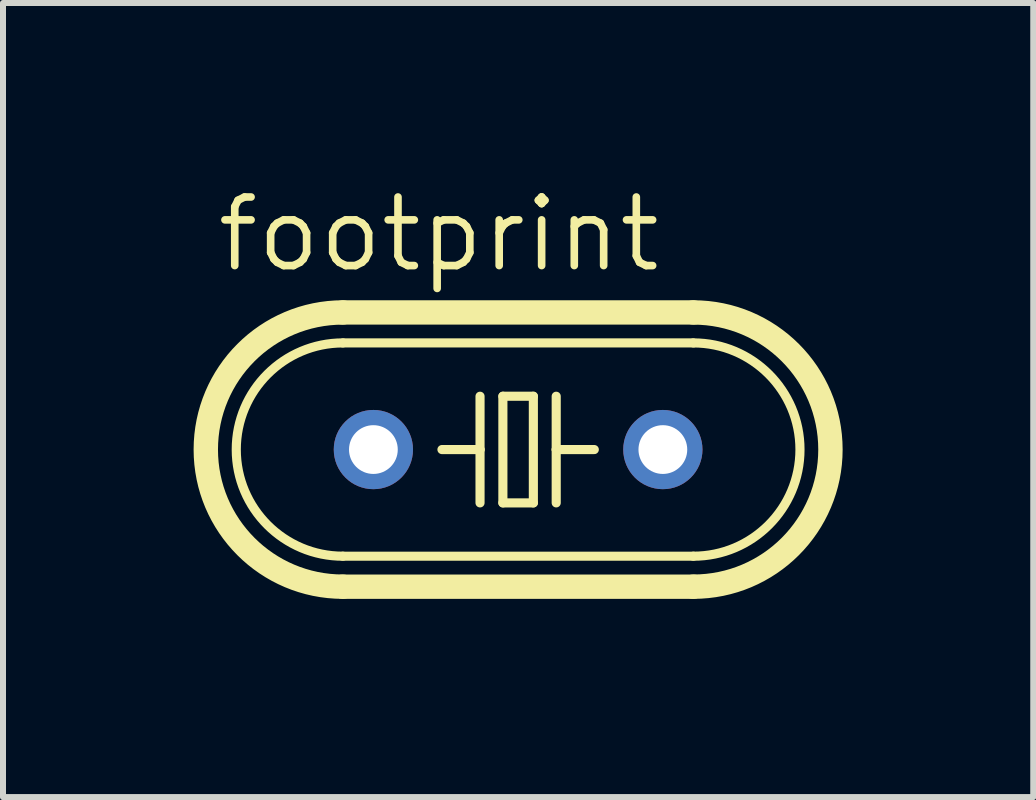
<source format=kicad_pcb>
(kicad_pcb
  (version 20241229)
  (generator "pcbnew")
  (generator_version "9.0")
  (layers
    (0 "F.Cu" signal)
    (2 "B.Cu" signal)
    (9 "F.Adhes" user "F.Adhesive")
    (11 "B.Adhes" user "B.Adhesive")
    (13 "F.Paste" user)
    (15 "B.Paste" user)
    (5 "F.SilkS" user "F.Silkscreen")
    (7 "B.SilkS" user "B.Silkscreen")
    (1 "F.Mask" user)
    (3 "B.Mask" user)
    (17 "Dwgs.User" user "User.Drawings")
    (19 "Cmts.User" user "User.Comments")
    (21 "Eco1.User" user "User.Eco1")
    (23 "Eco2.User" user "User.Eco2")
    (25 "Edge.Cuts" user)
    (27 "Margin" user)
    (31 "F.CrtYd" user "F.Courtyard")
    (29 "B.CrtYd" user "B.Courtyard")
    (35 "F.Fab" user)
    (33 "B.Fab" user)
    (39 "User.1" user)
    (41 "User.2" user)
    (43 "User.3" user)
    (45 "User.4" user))
  (footprint "footprint"
    (layer "F.Cu")
    (at 5.588 4.445)
    (property "Reference" "footprint" (at -5.08 -2.921 0) (layer "F.SilkS") (effects (font (size 1.143 1.143) (thickness 0.127)) (justify left bottom)))
    (fp_line (start -2.921 -2.286) (end 2.921 -2.286) (stroke (width 0.406) (type solid)) (layer "F.SilkS"))
    (fp_line (start -2.921 1.778) (end 2.921 1.778) (stroke (width 0.152) (type solid)) (layer "F.SilkS"))
    (fp_line (start -2.921 2.286) (end 2.921 2.286) (stroke (width 0.406) (type solid)) (layer "F.SilkS"))
    (fp_line (start -0.635 -0.889) (end -0.635 0) (stroke (width 0.152) (type solid)) (layer "F.SilkS"))
    (fp_line (start -0.635 0) (end -1.27 0) (stroke (width 0.152) (type solid)) (layer "F.SilkS"))
    (fp_line (start -0.635 0) (end -0.635 0.889) (stroke (width 0.152) (type solid)) (layer "F.SilkS"))
    (fp_line (start -0.254 -0.889) (end 0.254 -0.889) (stroke (width 0.152) (type solid)) (layer "F.SilkS"))
    (fp_line (start -0.254 0.889) (end -0.254 -0.889) (stroke (width 0.152) (type solid)) (layer "F.SilkS"))
    (fp_line (start 0.254 -0.889) (end 0.254 0.889) (stroke (width 0.152) (type solid)) (layer "F.SilkS"))
    (fp_line (start 0.254 0.889) (end -0.254 0.889) (stroke (width 0.152) (type solid)) (layer "F.SilkS"))
    (fp_line (start 0.635 -0.889) (end 0.635 0) (stroke (width 0.152) (type solid)) (layer "F.SilkS"))
    (fp_line (start 0.635 0) (end 0.635 0.889) (stroke (width 0.152) (type solid)) (layer "F.SilkS"))
    (fp_line (start 0.635 0) (end 1.27 0) (stroke (width 0.152) (type solid)) (layer "F.SilkS"))
    (fp_line (start 2.921 -1.778) (end -2.921 -1.778) (stroke (width 0.152) (type solid)) (layer "F.SilkS"))
    (fp_arc (start -2.921 1.778) (mid -4.699 0) (end -2.921 -1.778) (stroke (width 0.1524) (type solid)) (layer "F.SilkS"))
    (fp_arc (start -2.921 2.286) (mid -5.207 0) (end -2.921 -2.286) (stroke (width 0.4064) (type solid)) (layer "F.SilkS"))
    (fp_arc (start 2.921 -2.286) (mid 5.207 0) (end 2.921 2.286) (stroke (width 0.4064) (type solid)) (layer "F.SilkS"))
    (fp_arc (start 2.921 -1.778) (mid 4.699 0) (end 2.921 1.778) (stroke (width 0.1524) (type solid)) (layer "F.SilkS"))
    (pad "1" thru_hole circle (at -2.413 0) (size 1.321 1.321) (drill 0.813) (layers "*.Cu" "*.Mask"))
    (pad "2" thru_hole circle (at 2.413 0) (size 1.321 1.321) (drill 0.813) (layers "*.Cu" "*.Mask"))
    (zone (net_name "") (layers "F.Cu" "B.Cu") (hatch edge 0.508) (connect_pads) (min_thickness 0.254) (filled_areas_thickness no) (keepout (tracks allowed) (vias not_allowed) (pads allowed) (copperpour allowed) (footprints allowed)) (placement (enabled no)) (fill) (polygon (pts (xy 0 5.715) (xy 0.254 5.715) (xy 0.254 3.429) (xy 0 3.429))))
    (zone (net_name "") (layers "F.Cu" "B.Cu") (hatch edge 0.508) (connect_pads) (min_thickness 0.254) (filled_areas_thickness no) (keepout (tracks allowed) (vias not_allowed) (pads allowed) (copperpour allowed) (footprints allowed)) (placement (enabled no)) (fill) (polygon (pts (xy 0.254 6.223) (xy 0.762 6.223) (xy 0.762 2.667) (xy 0.254 2.667))))
    (zone (net_name "") (layers "F.Cu" "B.Cu") (hatch edge 0.508) (connect_pads) (min_thickness 0.254) (filled_areas_thickness no) (keepout (tracks allowed) (vias not_allowed) (pads allowed) (copperpour allowed) (footprints allowed)) (placement (enabled no)) (fill) (polygon (pts (xy 0.762 6.731) (xy 1.27 6.731) (xy 1.27 2.159) (xy 0.762 2.159))))
    (zone (net_name "") (layers "F.Cu" "B.Cu") (hatch edge 0.508) (connect_pads) (min_thickness 0.254) (filled_areas_thickness no) (keepout (tracks allowed) (vias not_allowed) (pads allowed) (copperpour allowed) (footprints allowed)) (placement (enabled no)) (fill) (polygon (pts (xy 1.27 6.985) (xy 1.778 6.985) (xy 1.778 1.905) (xy 1.27 1.905))))
    (zone (net_name "") (layers "F.Cu" "B.Cu") (hatch edge 0.508) (connect_pads) (min_thickness 0.254) (filled_areas_thickness no) (keepout (tracks allowed) (vias not_allowed) (pads allowed) (copperpour allowed) (footprints allowed)) (placement (enabled no)) (fill) (polygon (pts (xy 1.778 7.239) (xy 9.398 7.239) (xy 9.398 1.651) (xy 1.778 1.651))))
    (zone (net_name "") (layers "F.Cu" "B.Cu") (hatch edge 0.508) (connect_pads) (min_thickness 0.254) (filled_areas_thickness no) (keepout (tracks allowed) (vias not_allowed) (pads allowed) (copperpour allowed) (footprints allowed)) (placement (enabled no)) (fill) (polygon (pts (xy 9.398 6.985) (xy 9.906 6.985) (xy 9.906 1.905) (xy 9.398 1.905))))
    (zone (net_name "") (layers "F.Cu" "B.Cu") (hatch edge 0.508) (connect_pads) (min_thickness 0.254) (filled_areas_thickness no) (keepout (tracks allowed) (vias not_allowed) (pads allowed) (copperpour allowed) (footprints allowed)) (placement (enabled no)) (fill) (polygon (pts (xy 9.906 6.731) (xy 10.414 6.731) (xy 10.414 2.159) (xy 9.906 2.159))))
    (zone (net_name "") (layers "F.Cu" "B.Cu") (hatch edge 0.508) (connect_pads) (min_thickness 0.254) (filled_areas_thickness no) (keepout (tracks allowed) (vias not_allowed) (pads allowed) (copperpour allowed) (footprints allowed)) (placement (enabled no)) (fill) (polygon (pts (xy 10.414 6.223) (xy 10.922 6.223) (xy 10.922 2.667) (xy 10.414 2.667))))
    (zone (net_name "") (layers "F.Cu" "B.Cu") (hatch edge 0.508) (connect_pads) (min_thickness 0.254) (filled_areas_thickness no) (keepout (tracks allowed) (vias not_allowed) (pads allowed) (copperpour allowed) (footprints allowed)) (placement (enabled no)) (fill) (polygon (pts (xy 10.922 5.461) (xy 11.176 5.461) (xy 11.176 3.429) (xy 10.922 3.429)))))
  (gr_rect
    (start -3 -3)
    (end 14.176 10.239)
    (stroke (width 0.1) (type default))
    (fill no)
    (layer "Edge.Cuts")))
</source>
